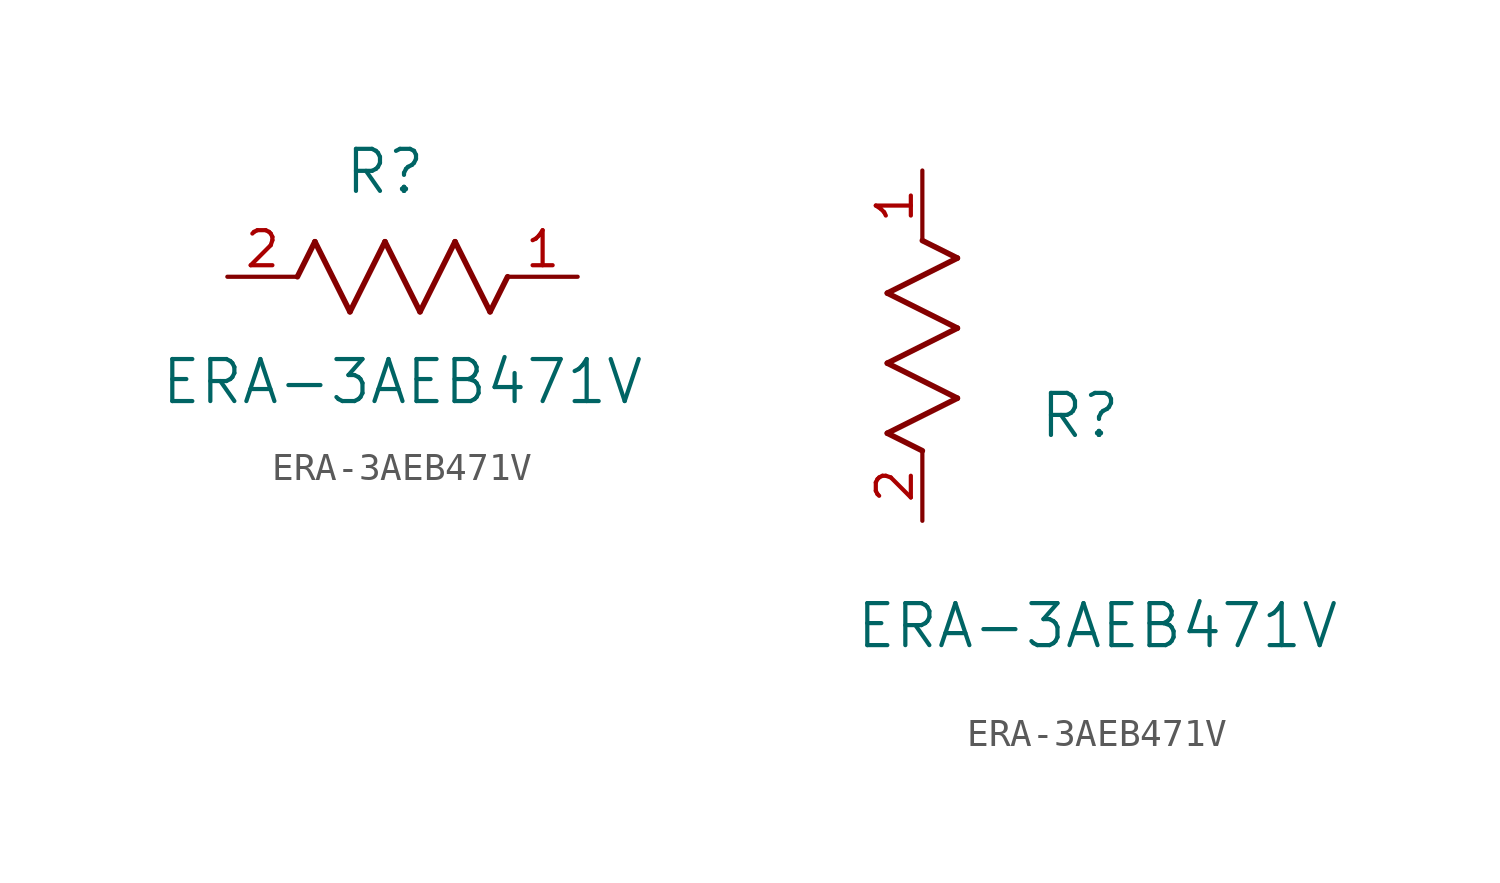
<source format=kicad_sym>
(kicad_symbol_lib
  (version 20211014)
  (generator kicad_symbol_editor)
  (symbol "ERA-3AEB471V"
    (pin_names
      (offset 0.254))
    (property "Reference" "R"
      (at 5.715 3.81 0)
      (effects (font (size 1.524 1.524))))
    (property "Value" "ERA-3AEB471V"
      (at 6.35 -3.81 0)
      (effects (font (size 1.524 1.524))))
    (symbol "ERA-3AEB471V_1_1"
      (polyline (pts (xy 3.175 1.27) (xy 4.445 -1.27)) (stroke (width 0.203) (type default) (color 0 0 0 0)) (fill (type none)))
      (polyline (pts (xy 4.445 -1.27) (xy 5.715 1.27)) (stroke (width 0.203) (type default) (color 0 0 0 0)) (fill (type none)))
      (polyline (pts (xy 5.715 1.27) (xy 6.985 -1.27)) (stroke (width 0.203) (type default) (color 0 0 0 0)) (fill (type none)))
      (polyline (pts (xy 6.985 -1.27) (xy 8.255 1.27)) (stroke (width 0.203) (type default) (color 0 0 0 0)) (fill (type none)))
      (polyline (pts (xy 8.255 1.27) (xy 9.525 -1.27)) (stroke (width 0.203) (type default) (color 0 0 0 0)) (fill (type none)))
      (polyline (pts (xy 2.54 0) (xy 3.175 1.27)) (stroke (width 0.203) (type default) (color 0 0 0 0)) (fill (type none)))
      (polyline (pts (xy 9.525 -1.27) (xy 10.16 0)) (stroke (width 0.203) (type default) (color 0 0 0 0)) (fill (type none)))
      (pin unspecified line (at 12.7 0 180) (length 2.54) (name "" (effects (font (size 1.27 1.27)))) (number "1" (effects (font (size 1.27 1.27)))))
      (pin unspecified line (at 0 0 0) (length 2.54) (name "" (effects (font (size 1.27 1.27)))) (number "2" (effects (font (size 1.27 1.27))))))
    (symbol "ERA-3AEB471V_1_2"
      (polyline (pts (xy 0 2.54) (xy -1.27 3.175)) (stroke (width 0.203) (type default) (color 0 0 0 0)) (fill (type none)))
      (polyline (pts (xy -1.27 3.175) (xy 1.27 4.445)) (stroke (width 0.203) (type default) (color 0 0 0 0)) (fill (type none)))
      (polyline (pts (xy 1.27 4.445) (xy -1.27 5.715)) (stroke (width 0.203) (type default) (color 0 0 0 0)) (fill (type none)))
      (polyline (pts (xy -1.27 5.715) (xy 1.27 6.985)) (stroke (width 0.203) (type default) (color 0 0 0 0)) (fill (type none)))
      (polyline (pts (xy -1.27 8.255) (xy 1.27 9.525)) (stroke (width 0.203) (type default) (color 0 0 0 0)) (fill (type none)))
      (polyline (pts (xy 1.27 9.525) (xy 0 10.16)) (stroke (width 0.203) (type default) (color 0 0 0 0)) (fill (type none)))
      (polyline (pts (xy 1.27 6.985) (xy -1.27 8.255)) (stroke (width 0.203) (type default) (color 0 0 0 0)) (fill (type none)))
      (pin unspecified line (at 0 12.7 270) (length 2.54) (name "" (effects (font (size 1.27 1.27)))) (number "1" (effects (font (size 1.27 1.27)))))
      (pin unspecified line (at 0 0 90) (length 2.54) (name "" (effects (font (size 1.27 1.27)))) (number "2" (effects (font (size 1.27 1.27))))))))
</source>
